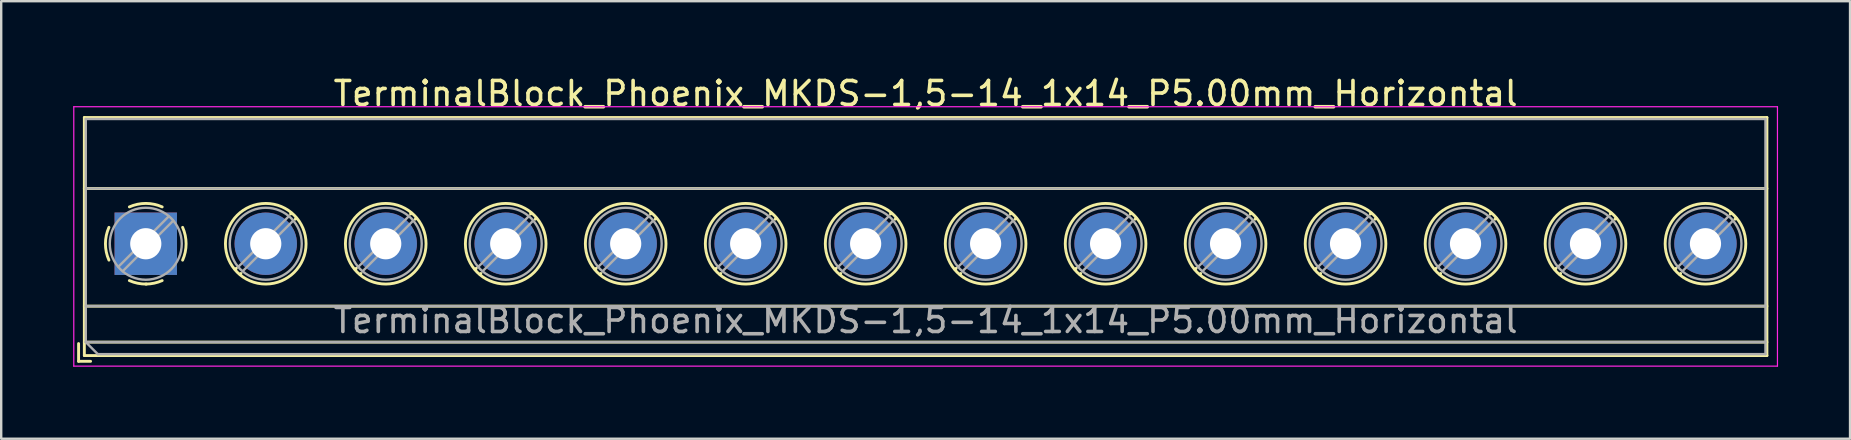
<source format=kicad_pcb>
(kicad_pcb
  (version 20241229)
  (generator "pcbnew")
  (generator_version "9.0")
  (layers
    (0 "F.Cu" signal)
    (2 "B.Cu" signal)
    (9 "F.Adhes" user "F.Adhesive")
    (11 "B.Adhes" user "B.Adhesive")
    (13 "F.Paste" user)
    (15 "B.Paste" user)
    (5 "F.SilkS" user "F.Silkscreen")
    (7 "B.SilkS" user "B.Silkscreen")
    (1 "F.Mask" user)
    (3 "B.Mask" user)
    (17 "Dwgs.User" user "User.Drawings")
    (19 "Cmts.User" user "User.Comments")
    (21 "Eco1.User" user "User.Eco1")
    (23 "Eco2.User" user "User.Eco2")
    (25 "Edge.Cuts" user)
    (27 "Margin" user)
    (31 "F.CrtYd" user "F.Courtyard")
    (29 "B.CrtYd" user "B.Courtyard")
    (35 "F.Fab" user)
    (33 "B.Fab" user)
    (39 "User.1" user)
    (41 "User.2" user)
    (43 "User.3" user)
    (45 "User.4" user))
  (footprint "TerminalBlock_Phoenix_MKDS-1,5-14_1x14_P5.00mm_Horizontal"
    (layer "F.Cu")
    (at 3.025 7.108)
    (property "Reference" "TerminalBlock_Phoenix_MKDS-1,5-14_1x14_P5.00mm_Horizontal" (at 32.5 -6.26 0) (layer "F.SilkS") (effects (font (size 1 1) (thickness 0.15))))
    (attr through_hole)
    (fp_line (start -2.8 4.16) (end -2.8 4.9) (stroke (width 0.12) (type solid)) (layer "F.SilkS"))
    (fp_line (start -2.8 4.9) (end -2.3 4.9) (stroke (width 0.12) (type solid)) (layer "F.SilkS"))
    (fp_line (start -2.56 -5.261) (end -2.56 4.66) (stroke (width 0.12) (type solid)) (layer "F.SilkS"))
    (fp_line (start -2.56 -5.261) (end 67.56 -5.261) (stroke (width 0.12) (type solid)) (layer "F.SilkS"))
    (fp_line (start -2.56 -2.301) (end 67.56 -2.301) (stroke (width 0.12) (type solid)) (layer "F.SilkS"))
    (fp_line (start -2.56 2.6) (end 67.56 2.6) (stroke (width 0.12) (type solid)) (layer "F.SilkS"))
    (fp_line (start -2.56 4.1) (end 67.56 4.1) (stroke (width 0.12) (type solid)) (layer "F.SilkS"))
    (fp_line (start -2.56 4.66) (end 67.56 4.66) (stroke (width 0.12) (type solid)) (layer "F.SilkS"))
    (fp_line (start 3.773 1.023) (end 3.726 1.069) (stroke (width 0.12) (type solid)) (layer "F.SilkS"))
    (fp_line (start 3.966 1.239) (end 3.931 1.274) (stroke (width 0.12) (type solid)) (layer "F.SilkS"))
    (fp_line (start 6.07 -1.275) (end 6.035 -1.239) (stroke (width 0.12) (type solid)) (layer "F.SilkS"))
    (fp_line (start 6.275 -1.069) (end 6.228 -1.023) (stroke (width 0.12) (type solid)) (layer "F.SilkS"))
    (fp_line (start 8.773 1.023) (end 8.726 1.069) (stroke (width 0.12) (type solid)) (layer "F.SilkS"))
    (fp_line (start 8.966 1.239) (end 8.931 1.274) (stroke (width 0.12) (type solid)) (layer "F.SilkS"))
    (fp_line (start 11.07 -1.275) (end 11.035 -1.239) (stroke (width 0.12) (type solid)) (layer "F.SilkS"))
    (fp_line (start 11.275 -1.069) (end 11.228 -1.023) (stroke (width 0.12) (type solid)) (layer "F.SilkS"))
    (fp_line (start 13.773 1.023) (end 13.726 1.069) (stroke (width 0.12) (type solid)) (layer "F.SilkS"))
    (fp_line (start 13.966 1.239) (end 13.931 1.274) (stroke (width 0.12) (type solid)) (layer "F.SilkS"))
    (fp_line (start 16.07 -1.275) (end 16.035 -1.239) (stroke (width 0.12) (type solid)) (layer "F.SilkS"))
    (fp_line (start 16.275 -1.069) (end 16.228 -1.023) (stroke (width 0.12) (type solid)) (layer "F.SilkS"))
    (fp_line (start 18.773 1.023) (end 18.726 1.069) (stroke (width 0.12) (type solid)) (layer "F.SilkS"))
    (fp_line (start 18.966 1.239) (end 18.931 1.274) (stroke (width 0.12) (type solid)) (layer "F.SilkS"))
    (fp_line (start 21.07 -1.275) (end 21.035 -1.239) (stroke (width 0.12) (type solid)) (layer "F.SilkS"))
    (fp_line (start 21.275 -1.069) (end 21.228 -1.023) (stroke (width 0.12) (type solid)) (layer "F.SilkS"))
    (fp_line (start 23.773 1.023) (end 23.726 1.069) (stroke (width 0.12) (type solid)) (layer "F.SilkS"))
    (fp_line (start 23.966 1.239) (end 23.931 1.274) (stroke (width 0.12) (type solid)) (layer "F.SilkS"))
    (fp_line (start 26.07 -1.275) (end 26.035 -1.239) (stroke (width 0.12) (type solid)) (layer "F.SilkS"))
    (fp_line (start 26.275 -1.069) (end 26.228 -1.023) (stroke (width 0.12) (type solid)) (layer "F.SilkS"))
    (fp_line (start 28.773 1.023) (end 28.726 1.069) (stroke (width 0.12) (type solid)) (layer "F.SilkS"))
    (fp_line (start 28.966 1.239) (end 28.931 1.274) (stroke (width 0.12) (type solid)) (layer "F.SilkS"))
    (fp_line (start 31.07 -1.275) (end 31.035 -1.239) (stroke (width 0.12) (type solid)) (layer "F.SilkS"))
    (fp_line (start 31.275 -1.069) (end 31.228 -1.023) (stroke (width 0.12) (type solid)) (layer "F.SilkS"))
    (fp_line (start 33.773 1.023) (end 33.726 1.069) (stroke (width 0.12) (type solid)) (layer "F.SilkS"))
    (fp_line (start 33.966 1.239) (end 33.931 1.274) (stroke (width 0.12) (type solid)) (layer "F.SilkS"))
    (fp_line (start 36.07 -1.275) (end 36.035 -1.239) (stroke (width 0.12) (type solid)) (layer "F.SilkS"))
    (fp_line (start 36.275 -1.069) (end 36.228 -1.023) (stroke (width 0.12) (type solid)) (layer "F.SilkS"))
    (fp_line (start 38.773 1.023) (end 38.726 1.069) (stroke (width 0.12) (type solid)) (layer "F.SilkS"))
    (fp_line (start 38.966 1.239) (end 38.931 1.274) (stroke (width 0.12) (type solid)) (layer "F.SilkS"))
    (fp_line (start 41.07 -1.275) (end 41.035 -1.239) (stroke (width 0.12) (type solid)) (layer "F.SilkS"))
    (fp_line (start 41.275 -1.069) (end 41.228 -1.023) (stroke (width 0.12) (type solid)) (layer "F.SilkS"))
    (fp_line (start 43.773 1.023) (end 43.726 1.069) (stroke (width 0.12) (type solid)) (layer "F.SilkS"))
    (fp_line (start 43.966 1.239) (end 43.931 1.274) (stroke (width 0.12) (type solid)) (layer "F.SilkS"))
    (fp_line (start 46.07 -1.275) (end 46.035 -1.239) (stroke (width 0.12) (type solid)) (layer "F.SilkS"))
    (fp_line (start 46.275 -1.069) (end 46.228 -1.023) (stroke (width 0.12) (type solid)) (layer "F.SilkS"))
    (fp_line (start 48.773 1.023) (end 48.726 1.069) (stroke (width 0.12) (type solid)) (layer "F.SilkS"))
    (fp_line (start 48.966 1.239) (end 48.931 1.274) (stroke (width 0.12) (type solid)) (layer "F.SilkS"))
    (fp_line (start 51.07 -1.275) (end 51.035 -1.239) (stroke (width 0.12) (type solid)) (layer "F.SilkS"))
    (fp_line (start 51.275 -1.069) (end 51.228 -1.023) (stroke (width 0.12) (type solid)) (layer "F.SilkS"))
    (fp_line (start 53.773 1.023) (end 53.726 1.069) (stroke (width 0.12) (type solid)) (layer "F.SilkS"))
    (fp_line (start 53.966 1.239) (end 53.931 1.274) (stroke (width 0.12) (type solid)) (layer "F.SilkS"))
    (fp_line (start 56.07 -1.275) (end 56.035 -1.239) (stroke (width 0.12) (type solid)) (layer "F.SilkS"))
    (fp_line (start 56.275 -1.069) (end 56.228 -1.023) (stroke (width 0.12) (type solid)) (layer "F.SilkS"))
    (fp_line (start 58.773 1.023) (end 58.726 1.069) (stroke (width 0.12) (type solid)) (layer "F.SilkS"))
    (fp_line (start 58.966 1.239) (end 58.931 1.274) (stroke (width 0.12) (type solid)) (layer "F.SilkS"))
    (fp_line (start 61.07 -1.275) (end 61.035 -1.239) (stroke (width 0.12) (type solid)) (layer "F.SilkS"))
    (fp_line (start 61.275 -1.069) (end 61.228 -1.023) (stroke (width 0.12) (type solid)) (layer "F.SilkS"))
    (fp_line (start 63.773 1.023) (end 63.726 1.069) (stroke (width 0.12) (type solid)) (layer "F.SilkS"))
    (fp_line (start 63.966 1.239) (end 63.931 1.274) (stroke (width 0.12) (type solid)) (layer "F.SilkS"))
    (fp_line (start 66.07 -1.275) (end 66.035 -1.239) (stroke (width 0.12) (type solid)) (layer "F.SilkS"))
    (fp_line (start 66.275 -1.069) (end 66.228 -1.023) (stroke (width 0.12) (type solid)) (layer "F.SilkS"))
    (fp_line (start 67.56 -5.261) (end 67.56 4.66) (stroke (width 0.12) (type solid)) (layer "F.SilkS"))
    (fp_arc (start -1.535427 0.683042) (mid -1.680501 -0.000524) (end -1.535 -0.684) (stroke (width 0.12) (type solid)) (layer "F.SilkS"))
    (fp_arc (start -0.683042 -1.535427) (mid 0.000524 -1.680501) (end 0.684 -1.535) (stroke (width 0.12) (type solid)) (layer "F.SilkS"))
    (fp_arc (start 0.028805 1.680253) (mid -0.335551 1.646659) (end -0.684 1.535) (stroke (width 0.12) (type solid)) (layer "F.SilkS"))
    (fp_arc (start 0.683318 1.534756) (mid 0.349292 1.643288) (end 0 1.68) (stroke (width 0.12) (type solid)) (layer "F.SilkS"))
    (fp_arc (start 1.535427 -0.683042) (mid 1.680501 0.000524) (end 1.535 0.684) (stroke (width 0.12) (type solid)) (layer "F.SilkS"))
    (fp_circle (center 5 0) (end 6.68 0) (stroke (width 0.12) (type solid)) (fill no) (layer "F.SilkS"))
    (fp_circle (center 10 0) (end 11.68 0) (stroke (width 0.12) (type solid)) (fill no) (layer "F.SilkS"))
    (fp_circle (center 15 0) (end 16.68 0) (stroke (width 0.12) (type solid)) (fill no) (layer "F.SilkS"))
    (fp_circle (center 20 0) (end 21.68 0) (stroke (width 0.12) (type solid)) (fill no) (layer "F.SilkS"))
    (fp_circle (center 25 0) (end 26.68 0) (stroke (width 0.12) (type solid)) (fill no) (layer "F.SilkS"))
    (fp_circle (center 30 0) (end 31.68 0) (stroke (width 0.12) (type solid)) (fill no) (layer "F.SilkS"))
    (fp_circle (center 35 0) (end 36.68 0) (stroke (width 0.12) (type solid)) (fill no) (layer "F.SilkS"))
    (fp_circle (center 40 0) (end 41.68 0) (stroke (width 0.12) (type solid)) (fill no) (layer "F.SilkS"))
    (fp_circle (center 45 0) (end 46.68 0) (stroke (width 0.12) (type solid)) (fill no) (layer "F.SilkS"))
    (fp_circle (center 50 0) (end 51.68 0) (stroke (width 0.12) (type solid)) (fill no) (layer "F.SilkS"))
    (fp_circle (center 55 0) (end 56.68 0) (stroke (width 0.12) (type solid)) (fill no) (layer "F.SilkS"))
    (fp_circle (center 60 0) (end 61.68 0) (stroke (width 0.12) (type solid)) (fill no) (layer "F.SilkS"))
    (fp_circle (center 65 0) (end 66.68 0) (stroke (width 0.12) (type solid)) (fill no) (layer "F.SilkS"))
    (fp_line (start -3 -5.71) (end -3 5.1) (stroke (width 0.05) (type solid)) (layer "F.CrtYd"))
    (fp_line (start -3 5.1) (end 68 5.1) (stroke (width 0.05) (type solid)) (layer "F.CrtYd"))
    (fp_line (start 68 -5.71) (end -3 -5.71) (stroke (width 0.05) (type solid)) (layer "F.CrtYd"))
    (fp_line (start 68 5.1) (end 68 -5.71) (stroke (width 0.05) (type solid)) (layer "F.CrtYd"))
    (fp_line (start -2.5 -5.2) (end 67.5 -5.2) (stroke (width 0.1) (type solid)) (layer "F.Fab"))
    (fp_line (start -2.5 -2.3) (end 67.5 -2.3) (stroke (width 0.1) (type solid)) (layer "F.Fab"))
    (fp_line (start -2.5 2.6) (end 67.5 2.6) (stroke (width 0.1) (type solid)) (layer "F.Fab"))
    (fp_line (start -2.5 4.1) (end -2.5 -5.2) (stroke (width 0.1) (type solid)) (layer "F.Fab"))
    (fp_line (start -2.5 4.1) (end 67.5 4.1) (stroke (width 0.1) (type solid)) (layer "F.Fab"))
    (fp_line (start -2 4.6) (end -2.5 4.1) (stroke (width 0.1) (type solid)) (layer "F.Fab"))
    (fp_line (start 0.955 -1.138) (end -1.138 0.955) (stroke (width 0.1) (type solid)) (layer "F.Fab"))
    (fp_line (start 1.138 -0.955) (end -0.955 1.138) (stroke (width 0.1) (type solid)) (layer "F.Fab"))
    (fp_line (start 5.955 -1.138) (end 3.863 0.955) (stroke (width 0.1) (type solid)) (layer "F.Fab"))
    (fp_line (start 6.138 -0.955) (end 4.046 1.138) (stroke (width 0.1) (type solid)) (layer "F.Fab"))
    (fp_line (start 10.955 -1.138) (end 8.863 0.955) (stroke (width 0.1) (type solid)) (layer "F.Fab"))
    (fp_line (start 11.138 -0.955) (end 9.046 1.138) (stroke (width 0.1) (type solid)) (layer "F.Fab"))
    (fp_line (start 15.955 -1.138) (end 13.863 0.955) (stroke (width 0.1) (type solid)) (layer "F.Fab"))
    (fp_line (start 16.138 -0.955) (end 14.046 1.138) (stroke (width 0.1) (type solid)) (layer "F.Fab"))
    (fp_line (start 20.955 -1.138) (end 18.863 0.955) (stroke (width 0.1) (type solid)) (layer "F.Fab"))
    (fp_line (start 21.138 -0.955) (end 19.046 1.138) (stroke (width 0.1) (type solid)) (layer "F.Fab"))
    (fp_line (start 25.955 -1.138) (end 23.863 0.955) (stroke (width 0.1) (type solid)) (layer "F.Fab"))
    (fp_line (start 26.138 -0.955) (end 24.046 1.138) (stroke (width 0.1) (type solid)) (layer "F.Fab"))
    (fp_line (start 30.955 -1.138) (end 28.863 0.955) (stroke (width 0.1) (type solid)) (layer "F.Fab"))
    (fp_line (start 31.138 -0.955) (end 29.046 1.138) (stroke (width 0.1) (type solid)) (layer "F.Fab"))
    (fp_line (start 35.955 -1.138) (end 33.863 0.955) (stroke (width 0.1) (type solid)) (layer "F.Fab"))
    (fp_line (start 36.138 -0.955) (end 34.046 1.138) (stroke (width 0.1) (type solid)) (layer "F.Fab"))
    (fp_line (start 40.955 -1.138) (end 38.863 0.955) (stroke (width 0.1) (type solid)) (layer "F.Fab"))
    (fp_line (start 41.138 -0.955) (end 39.046 1.138) (stroke (width 0.1) (type solid)) (layer "F.Fab"))
    (fp_line (start 45.955 -1.138) (end 43.863 0.955) (stroke (width 0.1) (type solid)) (layer "F.Fab"))
    (fp_line (start 46.138 -0.955) (end 44.046 1.138) (stroke (width 0.1) (type solid)) (layer "F.Fab"))
    (fp_line (start 50.955 -1.138) (end 48.863 0.955) (stroke (width 0.1) (type solid)) (layer "F.Fab"))
    (fp_line (start 51.138 -0.955) (end 49.046 1.138) (stroke (width 0.1) (type solid)) (layer "F.Fab"))
    (fp_line (start 55.955 -1.138) (end 53.863 0.955) (stroke (width 0.1) (type solid)) (layer "F.Fab"))
    (fp_line (start 56.138 -0.955) (end 54.046 1.138) (stroke (width 0.1) (type solid)) (layer "F.Fab"))
    (fp_line (start 60.955 -1.138) (end 58.863 0.955) (stroke (width 0.1) (type solid)) (layer "F.Fab"))
    (fp_line (start 61.138 -0.955) (end 59.046 1.138) (stroke (width 0.1) (type solid)) (layer "F.Fab"))
    (fp_line (start 65.955 -1.138) (end 63.863 0.955) (stroke (width 0.1) (type solid)) (layer "F.Fab"))
    (fp_line (start 66.138 -0.955) (end 64.046 1.138) (stroke (width 0.1) (type solid)) (layer "F.Fab"))
    (fp_line (start 67.5 -5.2) (end 67.5 4.6) (stroke (width 0.1) (type solid)) (layer "F.Fab"))
    (fp_line (start 67.5 4.6) (end -2 4.6) (stroke (width 0.1) (type solid)) (layer "F.Fab"))
    (fp_circle (center 0 0) (end 1.5 0) (stroke (width 0.1) (type solid)) (fill no) (layer "F.Fab"))
    (fp_circle (center 5 0) (end 6.5 0) (stroke (width 0.1) (type solid)) (fill no) (layer "F.Fab"))
    (fp_circle (center 10 0) (end 11.5 0) (stroke (width 0.1) (type solid)) (fill no) (layer "F.Fab"))
    (fp_circle (center 15 0) (end 16.5 0) (stroke (width 0.1) (type solid)) (fill no) (layer "F.Fab"))
    (fp_circle (center 20 0) (end 21.5 0) (stroke (width 0.1) (type solid)) (fill no) (layer "F.Fab"))
    (fp_circle (center 25 0) (end 26.5 0) (stroke (width 0.1) (type solid)) (fill no) (layer "F.Fab"))
    (fp_circle (center 30 0) (end 31.5 0) (stroke (width 0.1) (type solid)) (fill no) (layer "F.Fab"))
    (fp_circle (center 35 0) (end 36.5 0) (stroke (width 0.1) (type solid)) (fill no) (layer "F.Fab"))
    (fp_circle (center 40 0) (end 41.5 0) (stroke (width 0.1) (type solid)) (fill no) (layer "F.Fab"))
    (fp_circle (center 45 0) (end 46.5 0) (stroke (width 0.1) (type solid)) (fill no) (layer "F.Fab"))
    (fp_circle (center 50 0) (end 51.5 0) (stroke (width 0.1) (type solid)) (fill no) (layer "F.Fab"))
    (fp_circle (center 55 0) (end 56.5 0) (stroke (width 0.1) (type solid)) (fill no) (layer "F.Fab"))
    (fp_circle (center 60 0) (end 61.5 0) (stroke (width 0.1) (type solid)) (fill no) (layer "F.Fab"))
    (fp_circle (center 65 0) (end 66.5 0) (stroke (width 0.1) (type solid)) (fill no) (layer "F.Fab"))
    (fp_text user "${REFERENCE}" (at 32.5 3.2 0) (layer "F.Fab") (effects (font (size 1 1) (thickness 0.15))))
    (pad "1" thru_hole rect (at 0 0) (size 2.6 2.6) (drill 1.3) (layers "*.Cu" "*.Mask"))
    (pad "2" thru_hole circle (at 5 0) (size 2.6 2.6) (drill 1.3) (layers "*.Cu" "*.Mask"))
    (pad "3" thru_hole circle (at 10 0) (size 2.6 2.6) (drill 1.3) (layers "*.Cu" "*.Mask"))
    (pad "4" thru_hole circle (at 15 0) (size 2.6 2.6) (drill 1.3) (layers "*.Cu" "*.Mask"))
    (pad "5" thru_hole circle (at 20 0) (size 2.6 2.6) (drill 1.3) (layers "*.Cu" "*.Mask"))
    (pad "6" thru_hole circle (at 25 0) (size 2.6 2.6) (drill 1.3) (layers "*.Cu" "*.Mask"))
    (pad "7" thru_hole circle (at 30 0) (size 2.6 2.6) (drill 1.3) (layers "*.Cu" "*.Mask"))
    (pad "8" thru_hole circle (at 35 0) (size 2.6 2.6) (drill 1.3) (layers "*.Cu" "*.Mask"))
    (pad "9" thru_hole circle (at 40 0) (size 2.6 2.6) (drill 1.3) (layers "*.Cu" "*.Mask"))
    (pad "10" thru_hole circle (at 45 0) (size 2.6 2.6) (drill 1.3) (layers "*.Cu" "*.Mask"))
    (pad "11" thru_hole circle (at 50 0) (size 2.6 2.6) (drill 1.3) (layers "*.Cu" "*.Mask"))
    (pad "12" thru_hole circle (at 55 0) (size 2.6 2.6) (drill 1.3) (layers "*.Cu" "*.Mask"))
    (pad "13" thru_hole circle (at 60 0) (size 2.6 2.6) (drill 1.3) (layers "*.Cu" "*.Mask"))
    (pad "14" thru_hole circle (at 65 0) (size 2.6 2.6) (drill 1.3) (layers "*.Cu" "*.Mask")))
  (gr_rect
    (start -3 -3)
    (end 74.05 15.233)
    (stroke (width 0.1) (type default))
    (fill no)
    (layer "Edge.Cuts")))
</source>
